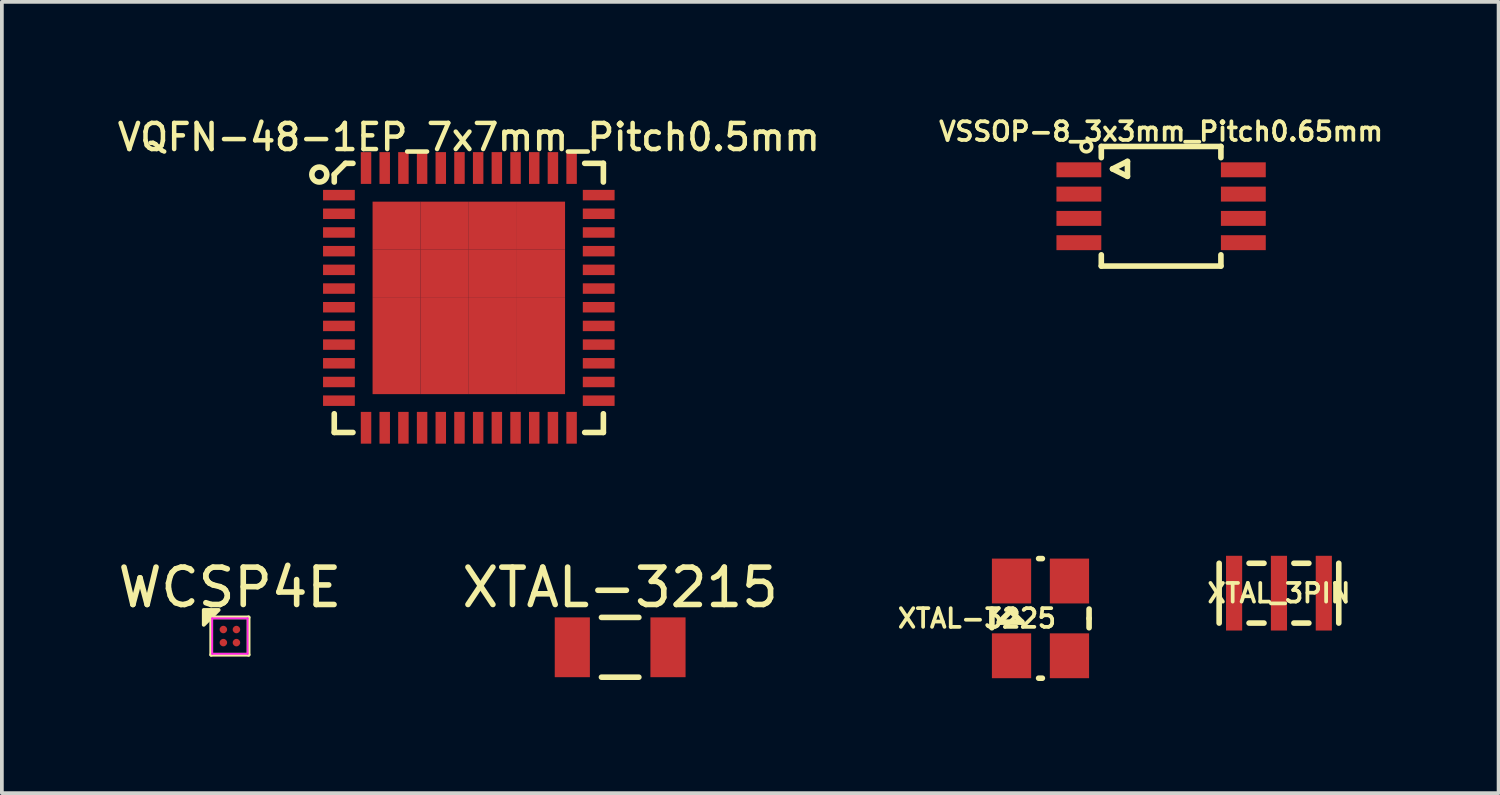
<source format=kicad_pcb>
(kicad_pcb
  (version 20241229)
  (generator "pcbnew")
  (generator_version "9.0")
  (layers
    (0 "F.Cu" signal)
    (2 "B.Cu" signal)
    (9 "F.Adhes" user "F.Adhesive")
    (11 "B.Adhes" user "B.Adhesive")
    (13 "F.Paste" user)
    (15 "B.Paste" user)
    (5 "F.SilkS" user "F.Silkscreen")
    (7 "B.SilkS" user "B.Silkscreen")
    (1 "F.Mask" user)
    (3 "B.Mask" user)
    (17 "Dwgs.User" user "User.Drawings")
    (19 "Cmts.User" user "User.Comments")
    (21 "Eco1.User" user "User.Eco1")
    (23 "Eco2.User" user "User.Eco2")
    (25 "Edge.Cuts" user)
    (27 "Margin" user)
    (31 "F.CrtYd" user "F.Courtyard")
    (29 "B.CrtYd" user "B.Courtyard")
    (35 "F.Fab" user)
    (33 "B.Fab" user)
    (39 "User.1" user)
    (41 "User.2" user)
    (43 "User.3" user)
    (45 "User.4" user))
  (footprint "XTAL_3PIN"
    (layer "F.Cu")
    (at 31.168 12.82)
    (property "Reference" "XTAL_3PIN" (at 0 0 0) (layer "F.SilkS") (effects (font (size 0.5 0.5) (thickness 0.1))))
    (attr through_hole)
    (fp_line (start -1.6 -0.8) (end -1.6 0.8) (stroke (width 0.15) (type solid)) (layer "F.SilkS"))
    (fp_line (start -0.8 0.8) (end -0.4 0.8) (stroke (width 0.15) (type solid)) (layer "F.SilkS"))
    (fp_line (start -0.4 -0.8) (end -0.8 -0.8) (stroke (width 0.15) (type solid)) (layer "F.SilkS"))
    (fp_line (start 0.4 0.8) (end 0.8 0.8) (stroke (width 0.15) (type solid)) (layer "F.SilkS"))
    (fp_line (start 0.8 -0.8) (end 0.4 -0.8) (stroke (width 0.15) (type solid)) (layer "F.SilkS"))
    (fp_line (start 1.6 0.8) (end 1.6 -0.8) (stroke (width 0.15) (type solid)) (layer "F.SilkS"))
    (pad "1" smd rect (at -1.2 0) (size 0.432 2) (layers "F.Cu" "F.Mask" "F.Paste"))
    (pad "2" smd rect (at 1.2 0) (size 0.432 2) (layers "F.Cu" "F.Mask" "F.Paste"))
    (pad "3" smd rect (at 0 0) (size 0.432 2) (layers "F.Cu" "F.Mask" "F.Paste")))
  (footprint "XTAL-3225"
    (placed yes)
    (layer "F.Cu")
    (at 24.788 13.495)
    (property "Reference" "XTAL-3225" (at -1.7 0 0) (layer "F.SilkS") (effects (font (size 0.5 0.5) (thickness 0.1))))
    (attr smd)
    (fp_line (start -1.3 -0.25) (end -1.3 0.25) (stroke (width 0.15) (type solid)) (layer "F.SilkS"))
    (fp_line (start -1.1 0.1) (end -0.5 0.1) (stroke (width 0.15) (type solid)) (layer "F.SilkS"))
    (fp_line (start -0.8 -0.2) (end -1.1 0.1) (stroke (width 0.15) (type solid)) (layer "F.SilkS"))
    (fp_line (start -0.5 0.1) (end -0.8 -0.2) (stroke (width 0.15) (type solid)) (layer "F.SilkS"))
    (fp_line (start -0.05 -1.6) (end 0.05 -1.6) (stroke (width 0.15) (type solid)) (layer "F.SilkS"))
    (fp_line (start -0.05 1.6) (end 0.05 1.6) (stroke (width 0.15) (type solid)) (layer "F.SilkS"))
    (fp_line (start 1.3 0) (end 1.3 -0.25) (stroke (width 0.15) (type solid)) (layer "F.SilkS"))
    (fp_line (start 1.3 0) (end 1.3 0.25) (stroke (width 0.15) (type solid)) (layer "F.SilkS"))
    (pad "1" smd rect (at -0.775 -1 90) (size 1.2 1.05) (layers "F.Cu" "F.Mask" "F.Paste"))
    (pad "2" smd rect (at -0.775 1 90) (size 1.2 1.05) (layers "F.Cu" "F.Mask" "F.Paste"))
    (pad "3" smd rect (at 0.775 1 90) (size 1.2 1.05) (layers "F.Cu" "F.Mask" "F.Paste"))
    (pad "4" smd rect (at 0.775 -1 90) (size 1.2 1.05) (layers "F.Cu" "F.Mask" "F.Paste")))
  (footprint "WCSP4E"
    (layer "F.Cu")
    (at 3.101 13.968)
    (property "Reference" "WCSP4E" (at 0 -1.3 0) (layer "F.SilkS") (effects (font (size 1 1) (thickness 0.15))))
    (attr through_hole)
    (fp_line (start -0.5 -0.5) (end 0.5 -0.5) (stroke (width 0.1) (type solid)) (layer "F.SilkS"))
    (fp_line (start -0.5 0.5) (end -0.5 -0.5) (stroke (width 0.1) (type solid)) (layer "F.SilkS"))
    (fp_line (start -0.5 0.5) (end 0.5 0.5) (stroke (width 0.1) (type solid)) (layer "F.SilkS"))
    (fp_line (start 0.5 0.5) (end 0.5 -0.5) (stroke (width 0.1) (type solid)) (layer "F.SilkS"))
    (fp_poly (pts (xy -0.7 -0.3) (xy -0.7 -0.7) (xy -0.3 -0.7)) (stroke (width 0.1) (type solid)) (fill yes) (layer "F.SilkS"))
    (fp_line (start -0.475 0.475) (end -0.475 -0.475) (stroke (width 0.05) (type solid)) (layer "F.CrtYd"))
    (fp_line (start 0.475 -0.475) (end -0.475 -0.475) (stroke (width 0.05) (type solid)) (layer "F.CrtYd"))
    (fp_line (start 0.475 0.475) (end -0.475 0.475) (stroke (width 0.05) (type solid)) (layer "F.CrtYd"))
    (fp_line (start 0.475 0.475) (end 0.475 -0.475) (stroke (width 0.05) (type solid)) (layer "F.CrtYd"))
    (pad "A1" smd circle (at -0.175 -0.175) (size 0.2 0.2) (layers "F.Cu" "F.Mask" "F.Paste"))
    (pad "A2" smd circle (at 0.175 -0.175) (size 0.2 0.2) (layers "F.Cu" "F.Mask" "F.Paste"))
    (pad "B1" smd circle (at -0.175 0.175) (size 0.2 0.2) (layers "F.Cu" "F.Mask" "F.Paste"))
    (pad "B2" smd circle (at 0.175 0.175) (size 0.2 0.2) (layers "F.Cu" "F.Mask" "F.Paste")))
  (footprint "VQFN-48-1EP_7x7mm_Pitch0.5mm"
    (layer "F.Cu")
    (at 9.493 4.92)
    (property "Reference" "VQFN-48-1EP_7x7mm_Pitch0.5mm" (at 0 -4.3 0) (layer "F.SilkS") (effects (font (size 0.7 0.7) (thickness 0.12))))
    (attr smd)
    (fp_line (start -3.6 -3.3) (end -3.6 -3.1) (stroke (width 0.15) (type solid)) (layer "F.SilkS"))
    (fp_line (start -3.6 -3.3) (end -3.3 -3.6) (stroke (width 0.15) (type solid)) (layer "F.SilkS"))
    (fp_line (start -3.6 3.6) (end -3.6 3.1) (stroke (width 0.15) (type solid)) (layer "F.SilkS"))
    (fp_line (start -3.6 3.6) (end -3.1 3.6) (stroke (width 0.15) (type solid)) (layer "F.SilkS"))
    (fp_line (start -3.3 -3.6) (end -3.1 -3.6) (stroke (width 0.15) (type solid)) (layer "F.SilkS"))
    (fp_line (start 3.6 -3.6) (end 3.1 -3.6) (stroke (width 0.15) (type solid)) (layer "F.SilkS"))
    (fp_line (start 3.6 -3.6) (end 3.6 -3.1) (stroke (width 0.15) (type solid)) (layer "F.SilkS"))
    (fp_line (start 3.6 3.6) (end 3.1 3.6) (stroke (width 0.15) (type solid)) (layer "F.SilkS"))
    (fp_line (start 3.6 3.6) (end 3.6 3.1) (stroke (width 0.15) (type solid)) (layer "F.SilkS"))
    (fp_circle (center -4 -3.3) (end -3.8 -3.3) (stroke (width 0.15) (type solid)) (fill no) (layer "F.SilkS"))
    (pad "1" smd rect (at -3.475 -2.75) (size 0.85 0.28) (layers "F.Cu" "F.Mask" "F.Paste"))
    (pad "2" smd rect (at -3.475 -2.25) (size 0.85 0.28) (layers "F.Cu" "F.Mask" "F.Paste"))
    (pad "3" smd rect (at -3.475 -1.75) (size 0.85 0.28) (layers "F.Cu" "F.Mask" "F.Paste"))
    (pad "4" smd rect (at -3.475 -1.25) (size 0.85 0.28) (layers "F.Cu" "F.Mask" "F.Paste"))
    (pad "5" smd rect (at -3.475 -0.75) (size 0.85 0.28) (layers "F.Cu" "F.Mask" "F.Paste"))
    (pad "6" smd rect (at -3.475 -0.25) (size 0.85 0.28) (layers "F.Cu" "F.Mask" "F.Paste"))
    (pad "7" smd rect (at -3.475 0.25) (size 0.85 0.28) (layers "F.Cu" "F.Mask" "F.Paste"))
    (pad "8" smd rect (at -3.475 0.75) (size 0.85 0.28) (layers "F.Cu" "F.Mask" "F.Paste"))
    (pad "9" smd rect (at -3.475 1.25) (size 0.85 0.28) (layers "F.Cu" "F.Mask" "F.Paste"))
    (pad "10" smd rect (at -3.475 1.75) (size 0.85 0.28) (layers "F.Cu" "F.Mask" "F.Paste"))
    (pad "11" smd rect (at -3.475 2.25) (size 0.85 0.28) (layers "F.Cu" "F.Mask" "F.Paste"))
    (pad "12" smd rect (at -3.475 2.75) (size 0.85 0.28) (layers "F.Cu" "F.Mask" "F.Paste"))
    (pad "13" smd rect (at -2.75 3.475 90) (size 0.85 0.28) (layers "F.Cu" "F.Mask" "F.Paste"))
    (pad "14" smd rect (at -2.25 3.475 90) (size 0.85 0.28) (layers "F.Cu" "F.Mask" "F.Paste"))
    (pad "15" smd rect (at -1.75 3.475 90) (size 0.85 0.28) (layers "F.Cu" "F.Mask" "F.Paste"))
    (pad "16" smd rect (at -1.25 3.475 90) (size 0.85 0.28) (layers "F.Cu" "F.Mask" "F.Paste"))
    (pad "17" smd rect (at -0.75 3.475 90) (size 0.85 0.28) (layers "F.Cu" "F.Mask" "F.Paste"))
    (pad "18" smd rect (at -0.25 3.475 90) (size 0.85 0.28) (layers "F.Cu" "F.Mask" "F.Paste"))
    (pad "19" smd rect (at 0.25 3.475 90) (size 0.85 0.28) (layers "F.Cu" "F.Mask" "F.Paste"))
    (pad "20" smd rect (at 0.75 3.475 90) (size 0.85 0.28) (layers "F.Cu" "F.Mask" "F.Paste"))
    (pad "21" smd rect (at 1.25 3.475 90) (size 0.85 0.28) (layers "F.Cu" "F.Mask" "F.Paste"))
    (pad "22" smd rect (at 1.75 3.475 90) (size 0.85 0.28) (layers "F.Cu" "F.Mask" "F.Paste"))
    (pad "23" smd rect (at 2.25 3.475 90) (size 0.85 0.28) (layers "F.Cu" "F.Mask" "F.Paste"))
    (pad "24" smd rect (at 2.75 3.475 90) (size 0.85 0.28) (layers "F.Cu" "F.Mask" "F.Paste"))
    (pad "25" smd rect (at 3.475 2.75) (size 0.85 0.28) (layers "F.Cu" "F.Mask" "F.Paste"))
    (pad "26" smd rect (at 3.475 2.25) (size 0.85 0.28) (layers "F.Cu" "F.Mask" "F.Paste"))
    (pad "27" smd rect (at 3.475 1.75) (size 0.85 0.28) (layers "F.Cu" "F.Mask" "F.Paste"))
    (pad "28" smd rect (at 3.475 1.25) (size 0.85 0.28) (layers "F.Cu" "F.Mask" "F.Paste"))
    (pad "29" smd rect (at 3.475 0.75) (size 0.85 0.28) (layers "F.Cu" "F.Mask" "F.Paste"))
    (pad "30" smd rect (at 3.475 0.25) (size 0.85 0.28) (layers "F.Cu" "F.Mask" "F.Paste"))
    (pad "31" smd rect (at 3.475 -0.25) (size 0.85 0.28) (layers "F.Cu" "F.Mask" "F.Paste"))
    (pad "32" smd rect (at 3.475 -0.75) (size 0.85 0.28) (layers "F.Cu" "F.Mask" "F.Paste"))
    (pad "33" smd rect (at 3.475 -1.25) (size 0.85 0.28) (layers "F.Cu" "F.Mask" "F.Paste"))
    (pad "34" smd rect (at 3.475 -1.75) (size 0.85 0.28) (layers "F.Cu" "F.Mask" "F.Paste"))
    (pad "35" smd rect (at 3.475 -2.25) (size 0.85 0.28) (layers "F.Cu" "F.Mask" "F.Paste"))
    (pad "36" smd rect (at 3.475 -2.75) (size 0.85 0.28) (layers "F.Cu" "F.Mask" "F.Paste"))
    (pad "37" smd rect (at 2.75 -3.475 90) (size 0.85 0.28) (layers "F.Cu" "F.Mask" "F.Paste"))
    (pad "38" smd rect (at 2.25 -3.475 90) (size 0.85 0.28) (layers "F.Cu" "F.Mask" "F.Paste"))
    (pad "39" smd rect (at 1.75 -3.475 90) (size 0.85 0.28) (layers "F.Cu" "F.Mask" "F.Paste"))
    (pad "40" smd rect (at 1.25 -3.475 90) (size 0.85 0.28) (layers "F.Cu" "F.Mask" "F.Paste"))
    (pad "41" smd rect (at 0.75 -3.475 90) (size 0.85 0.28) (layers "F.Cu" "F.Mask" "F.Paste"))
    (pad "42" smd rect (at 0.25 -3.475 90) (size 0.85 0.28) (layers "F.Cu" "F.Mask" "F.Paste"))
    (pad "43" smd rect (at -0.25 -3.475 90) (size 0.85 0.28) (layers "F.Cu" "F.Mask" "F.Paste"))
    (pad "44" smd rect (at -0.75 -3.475 90) (size 0.85 0.28) (layers "F.Cu" "F.Mask" "F.Paste"))
    (pad "45" smd rect (at -1.25 -3.475 90) (size 0.85 0.28) (layers "F.Cu" "F.Mask" "F.Paste"))
    (pad "46" smd rect (at -1.75 -3.475 90) (size 0.85 0.28) (layers "F.Cu" "F.Mask" "F.Paste"))
    (pad "47" smd rect (at -2.25 -3.475 90) (size 0.85 0.28) (layers "F.Cu" "F.Mask" "F.Paste"))
    (pad "48" smd rect (at -2.75 -3.475 90) (size 0.85 0.28) (layers "F.Cu" "F.Mask" "F.Paste"))
    (pad "49" smd rect (at -1.931 -1.931) (size 1.288 1.288) (layers "F.Cu" "F.Mask" "F.Paste"))
    (pad "49" smd rect (at -1.931 -0.644) (size 1.288 1.288) (layers "F.Cu" "F.Mask" "F.Paste"))
    (pad "49" smd rect (at -1.931 0.644) (size 1.288 1.288) (layers "F.Cu" "F.Mask" "F.Paste"))
    (pad "49" smd rect (at -1.931 1.931) (size 1.288 1.288) (layers "F.Cu" "F.Mask" "F.Paste"))
    (pad "49" smd rect (at -0.644 -1.931) (size 1.288 1.288) (layers "F.Cu" "F.Mask" "F.Paste"))
    (pad "49" smd rect (at -0.644 -0.644) (size 1.288 1.288) (layers "F.Cu" "F.Mask" "F.Paste"))
    (pad "49" smd rect (at -0.644 0.644) (size 1.288 1.288) (layers "F.Cu" "F.Mask" "F.Paste"))
    (pad "49" smd rect (at -0.644 1.931) (size 1.288 1.288) (layers "F.Cu" "F.Mask" "F.Paste"))
    (pad "49" smd rect (at 0.644 -1.931) (size 1.288 1.288) (layers "F.Cu" "F.Mask" "F.Paste"))
    (pad "49" smd rect (at 0.644 -0.644) (size 1.288 1.288) (layers "F.Cu" "F.Mask" "F.Paste"))
    (pad "49" smd rect (at 0.644 0.644) (size 1.288 1.288) (layers "F.Cu" "F.Mask" "F.Paste"))
    (pad "49" smd rect (at 0.644 1.931) (size 1.288 1.288) (layers "F.Cu" "F.Mask" "F.Paste"))
    (pad "49" smd rect (at 1.931 -1.931) (size 1.288 1.288) (layers "F.Cu" "F.Mask" "F.Paste"))
    (pad "49" smd rect (at 1.931 -0.644) (size 1.288 1.288) (layers "F.Cu" "F.Mask" "F.Paste"))
    (pad "49" smd rect (at 1.931 0.644) (size 1.288 1.288) (layers "F.Cu" "F.Mask" "F.Paste"))
    (pad "49" smd rect (at 1.931 1.931) (size 1.288 1.288) (layers "F.Cu" "F.Mask" "F.Paste")))
  (footprint "VSSOP-8_3x3mm_Pitch0.65mm"
    (layer "F.Cu")
    (at 28.015 2.468)
    (property "Reference" "VSSOP-8_3x3mm_Pitch0.65mm" (at 0 -2 0) (layer "F.SilkS") (effects (font (size 0.5 0.5) (thickness 0.1))))
    (attr smd)
    (fp_line (start -1.6 -1.6) (end -1.6 -1.3) (stroke (width 0.15) (type solid)) (layer "F.SilkS"))
    (fp_line (start -1.6 -1.6) (end 1.6 -1.6) (stroke (width 0.15) (type solid)) (layer "F.SilkS"))
    (fp_line (start -1.6 1.6) (end -1.6 1.3) (stroke (width 0.15) (type solid)) (layer "F.SilkS"))
    (fp_line (start -1.6 1.6) (end 1.6 1.6) (stroke (width 0.15) (type solid)) (layer "F.SilkS"))
    (fp_line (start -1.3 -1) (end -0.9 -1.2) (stroke (width 0.15) (type solid)) (layer "F.SilkS"))
    (fp_line (start -0.9 -1.2) (end -0.9 -0.8) (stroke (width 0.15) (type solid)) (layer "F.SilkS"))
    (fp_line (start -0.9 -0.8) (end -1.3 -1) (stroke (width 0.15) (type solid)) (layer "F.SilkS"))
    (fp_line (start 1.6 -1.6) (end 1.6 -1.3) (stroke (width 0.15) (type solid)) (layer "F.SilkS"))
    (fp_line (start 1.6 1.6) (end 1.6 1.3) (stroke (width 0.15) (type solid)) (layer "F.SilkS"))
    (fp_circle (center -2 -1.6) (end -1.9 -1.5) (stroke (width 0.1) (type solid)) (fill no) (layer "F.SilkS"))
    (pad "1" smd rect (at -2.2 -0.975) (size 1.2 0.4) (layers "F.Cu" "F.Mask" "F.Paste"))
    (pad "2" smd rect (at -2.2 -0.325) (size 1.2 0.4) (layers "F.Cu" "F.Mask" "F.Paste"))
    (pad "3" smd rect (at -2.2 0.325) (size 1.2 0.4) (layers "F.Cu" "F.Mask" "F.Paste"))
    (pad "4" smd rect (at -2.2 0.975) (size 1.2 0.4) (layers "F.Cu" "F.Mask" "F.Paste"))
    (pad "5" smd rect (at 2.2 0.975) (size 1.2 0.4) (layers "F.Cu" "F.Mask" "F.Paste"))
    (pad "6" smd rect (at 2.2 0.325) (size 1.2 0.4) (layers "F.Cu" "F.Mask" "F.Paste"))
    (pad "7" smd rect (at 2.2 -0.325) (size 1.2 0.4) (layers "F.Cu" "F.Mask" "F.Paste"))
    (pad "8" smd rect (at 2.2 -0.975) (size 1.2 0.4) (layers "F.Cu" "F.Mask" "F.Paste")))
  (footprint "XTAL-3215"
    (layer "F.Cu")
    (at 13.542 14.268)
    (property "Reference" "XTAL-3215" (at 0 -1.6 0) (layer "F.SilkS") (effects (font (size 1 1) (thickness 0.15))))
    (attr through_hole)
    (fp_line (start -0.5 -0.8) (end 0.5 -0.8) (stroke (width 0.15) (type solid)) (layer "F.SilkS"))
    (fp_line (start -0.5 0.8) (end 0.5 0.8) (stroke (width 0.15) (type solid)) (layer "F.SilkS"))
    (pad "1" smd rect (at -1.28 0) (size 0.94 1.6) (layers "F.Cu" "F.Mask" "F.Paste"))
    (pad "2" smd rect (at 1.28 0) (size 0.94 1.6) (layers "F.Cu" "F.Mask" "F.Paste")))
  (gr_rect
    (start -3 -3)
    (end 37.044 18.17)
    (stroke (width 0.1) (type default))
    (fill no)
    (layer "Edge.Cuts")))
</source>
